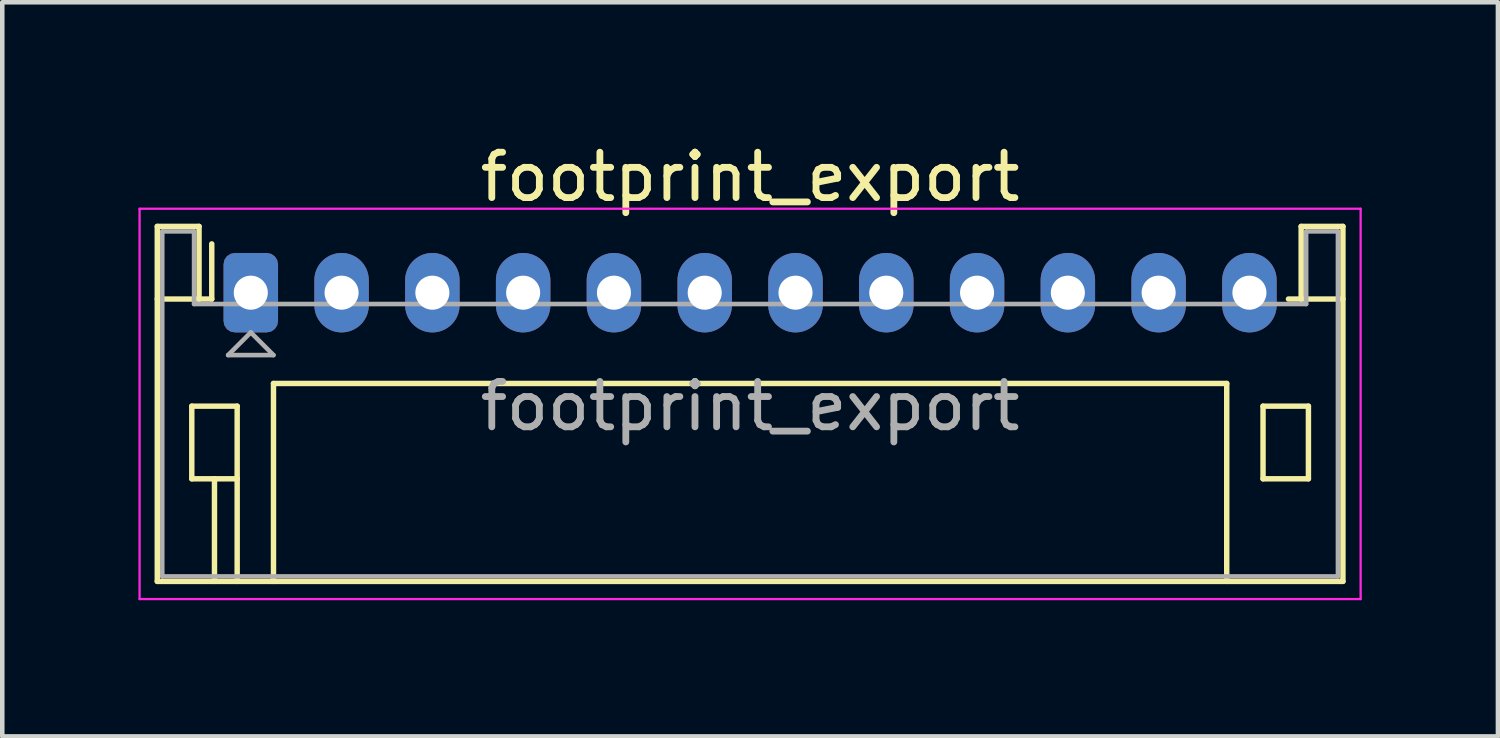
<source format=kicad_pcb>
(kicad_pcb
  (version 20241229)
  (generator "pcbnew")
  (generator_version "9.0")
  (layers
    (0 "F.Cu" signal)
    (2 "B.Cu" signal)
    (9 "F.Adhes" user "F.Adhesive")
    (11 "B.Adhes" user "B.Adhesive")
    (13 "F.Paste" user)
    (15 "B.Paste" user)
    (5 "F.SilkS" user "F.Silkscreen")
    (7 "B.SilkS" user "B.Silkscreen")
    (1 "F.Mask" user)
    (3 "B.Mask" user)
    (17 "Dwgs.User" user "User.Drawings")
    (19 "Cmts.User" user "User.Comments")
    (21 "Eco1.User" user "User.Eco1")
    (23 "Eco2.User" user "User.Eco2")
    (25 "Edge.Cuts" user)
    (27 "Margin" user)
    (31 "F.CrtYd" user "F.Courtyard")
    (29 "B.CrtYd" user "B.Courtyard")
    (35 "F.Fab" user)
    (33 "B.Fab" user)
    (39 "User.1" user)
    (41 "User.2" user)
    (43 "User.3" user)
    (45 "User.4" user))
  (footprint "footprint_export"
    (layer "F.Cu")
    (at 2.475 3.398)
    (property "Reference" "footprint_export" (at 11 -2.55 0) (layer "F.SilkS") (effects (font (size 1 1) (thickness 0.15))))
    (attr through_hole)
    (fp_line (start -2.06 -1.46) (end -2.06 6.36) (stroke (width 0.12) (type solid)) (layer "F.SilkS"))
    (fp_line (start -2.06 0.14) (end -1.14 0.14) (stroke (width 0.12) (type solid)) (layer "F.SilkS"))
    (fp_line (start -2.06 6.36) (end 24.06 6.36) (stroke (width 0.12) (type solid)) (layer "F.SilkS"))
    (fp_line (start -1.3 2.5) (end -1.3 4.1) (stroke (width 0.12) (type solid)) (layer "F.SilkS"))
    (fp_line (start -1.3 4.1) (end -0.3 4.1) (stroke (width 0.12) (type solid)) (layer "F.SilkS"))
    (fp_line (start -1.14 -1.46) (end -2.06 -1.46) (stroke (width 0.12) (type solid)) (layer "F.SilkS"))
    (fp_line (start -1.14 0.14) (end -1.14 -1.46) (stroke (width 0.12) (type solid)) (layer "F.SilkS"))
    (fp_line (start -0.86 0.14) (end -1.14 0.14) (stroke (width 0.12) (type solid)) (layer "F.SilkS"))
    (fp_line (start -0.86 0.14) (end -0.86 -1.075) (stroke (width 0.12) (type solid)) (layer "F.SilkS"))
    (fp_line (start -0.8 4.1) (end -0.8 6.36) (stroke (width 0.12) (type solid)) (layer "F.SilkS"))
    (fp_line (start -0.3 2.5) (end -1.3 2.5) (stroke (width 0.12) (type solid)) (layer "F.SilkS"))
    (fp_line (start -0.3 4.1) (end -0.3 2.5) (stroke (width 0.12) (type solid)) (layer "F.SilkS"))
    (fp_line (start -0.3 4.1) (end -0.3 6.36) (stroke (width 0.12) (type solid)) (layer "F.SilkS"))
    (fp_line (start 0.5 2) (end 21.5 2) (stroke (width 0.12) (type solid)) (layer "F.SilkS"))
    (fp_line (start 0.5 6.36) (end 0.5 2) (stroke (width 0.12) (type solid)) (layer "F.SilkS"))
    (fp_line (start 21.5 2) (end 21.5 6.36) (stroke (width 0.12) (type solid)) (layer "F.SilkS"))
    (fp_line (start 22.3 2.5) (end 23.3 2.5) (stroke (width 0.12) (type solid)) (layer "F.SilkS"))
    (fp_line (start 22.3 4.1) (end 22.3 2.5) (stroke (width 0.12) (type solid)) (layer "F.SilkS"))
    (fp_line (start 23.14 -1.46) (end 23.14 0.14) (stroke (width 0.12) (type solid)) (layer "F.SilkS"))
    (fp_line (start 23.14 0.14) (end 22.86 0.14) (stroke (width 0.12) (type solid)) (layer "F.SilkS"))
    (fp_line (start 23.3 2.5) (end 23.3 4.1) (stroke (width 0.12) (type solid)) (layer "F.SilkS"))
    (fp_line (start 23.3 4.1) (end 22.3 4.1) (stroke (width 0.12) (type solid)) (layer "F.SilkS"))
    (fp_line (start 24.06 -1.46) (end 23.14 -1.46) (stroke (width 0.12) (type solid)) (layer "F.SilkS"))
    (fp_line (start 24.06 0.14) (end 23.14 0.14) (stroke (width 0.12) (type solid)) (layer "F.SilkS"))
    (fp_line (start 24.06 6.36) (end 24.06 -1.46) (stroke (width 0.12) (type solid)) (layer "F.SilkS"))
    (fp_line (start -2.45 -1.85) (end -2.45 6.75) (stroke (width 0.05) (type solid)) (layer "F.CrtYd"))
    (fp_line (start -2.45 6.75) (end 24.45 6.75) (stroke (width 0.05) (type solid)) (layer "F.CrtYd"))
    (fp_line (start 24.45 -1.85) (end -2.45 -1.85) (stroke (width 0.05) (type solid)) (layer "F.CrtYd"))
    (fp_line (start 24.45 6.75) (end 24.45 -1.85) (stroke (width 0.05) (type solid)) (layer "F.CrtYd"))
    (fp_line (start -1.95 -1.35) (end -1.95 6.25) (stroke (width 0.1) (type solid)) (layer "F.Fab"))
    (fp_line (start -1.95 6.25) (end 23.95 6.25) (stroke (width 0.1) (type solid)) (layer "F.Fab"))
    (fp_line (start -1.25 -1.35) (end -1.95 -1.35) (stroke (width 0.1) (type solid)) (layer "F.Fab"))
    (fp_line (start -1.25 0.25) (end -1.25 -1.35) (stroke (width 0.1) (type solid)) (layer "F.Fab"))
    (fp_line (start -0.5 1.375) (end 0.5 1.375) (stroke (width 0.1) (type solid)) (layer "F.Fab"))
    (fp_line (start 0 0.875) (end -0.5 1.375) (stroke (width 0.1) (type solid)) (layer "F.Fab"))
    (fp_line (start 0.5 1.375) (end 0 0.875) (stroke (width 0.1) (type solid)) (layer "F.Fab"))
    (fp_line (start 23.25 -1.35) (end 23.25 0.25) (stroke (width 0.1) (type solid)) (layer "F.Fab"))
    (fp_line (start 23.25 0.25) (end -1.25 0.25) (stroke (width 0.1) (type solid)) (layer "F.Fab"))
    (fp_line (start 23.95 -1.35) (end 23.25 -1.35) (stroke (width 0.1) (type solid)) (layer "F.Fab"))
    (fp_line (start 23.95 6.25) (end 23.95 -1.35) (stroke (width 0.1) (type solid)) (layer "F.Fab"))
    (fp_text user "${REFERENCE}" (at 11 2.5 0) (layer "F.Fab") (effects (font (size 1 1) (thickness 0.15))))
    (pad "1" thru_hole roundrect (at 0 0) (size 1.2 1.75) (drill 0.75) (layers "*.Cu" "*.Mask") (roundrect_rratio 0.208))
    (pad "2" thru_hole oval (at 2 0) (size 1.2 1.75) (drill 0.75) (layers "*.Cu" "*.Mask"))
    (pad "3" thru_hole oval (at 4 0) (size 1.2 1.75) (drill 0.75) (layers "*.Cu" "*.Mask"))
    (pad "4" thru_hole oval (at 6 0) (size 1.2 1.75) (drill 0.75) (layers "*.Cu" "*.Mask"))
    (pad "5" thru_hole oval (at 8 0) (size 1.2 1.75) (drill 0.75) (layers "*.Cu" "*.Mask"))
    (pad "6" thru_hole oval (at 10 0) (size 1.2 1.75) (drill 0.75) (layers "*.Cu" "*.Mask"))
    (pad "7" thru_hole oval (at 12 0) (size 1.2 1.75) (drill 0.75) (layers "*.Cu" "*.Mask"))
    (pad "8" thru_hole oval (at 14 0) (size 1.2 1.75) (drill 0.75) (layers "*.Cu" "*.Mask"))
    (pad "9" thru_hole oval (at 16 0) (size 1.2 1.75) (drill 0.75) (layers "*.Cu" "*.Mask"))
    (pad "10" thru_hole oval (at 18 0) (size 1.2 1.75) (drill 0.75) (layers "*.Cu" "*.Mask"))
    (pad "11" thru_hole oval (at 20 0) (size 1.2 1.75) (drill 0.75) (layers "*.Cu" "*.Mask"))
    (pad "12" thru_hole oval (at 22 0) (size 1.2 1.75) (drill 0.75) (layers "*.Cu" "*.Mask")))
  (gr_rect
    (start -3 -3)
    (end 29.95 13.173)
    (stroke (width 0.1) (type default))
    (fill no)
    (layer "Edge.Cuts")))
</source>
